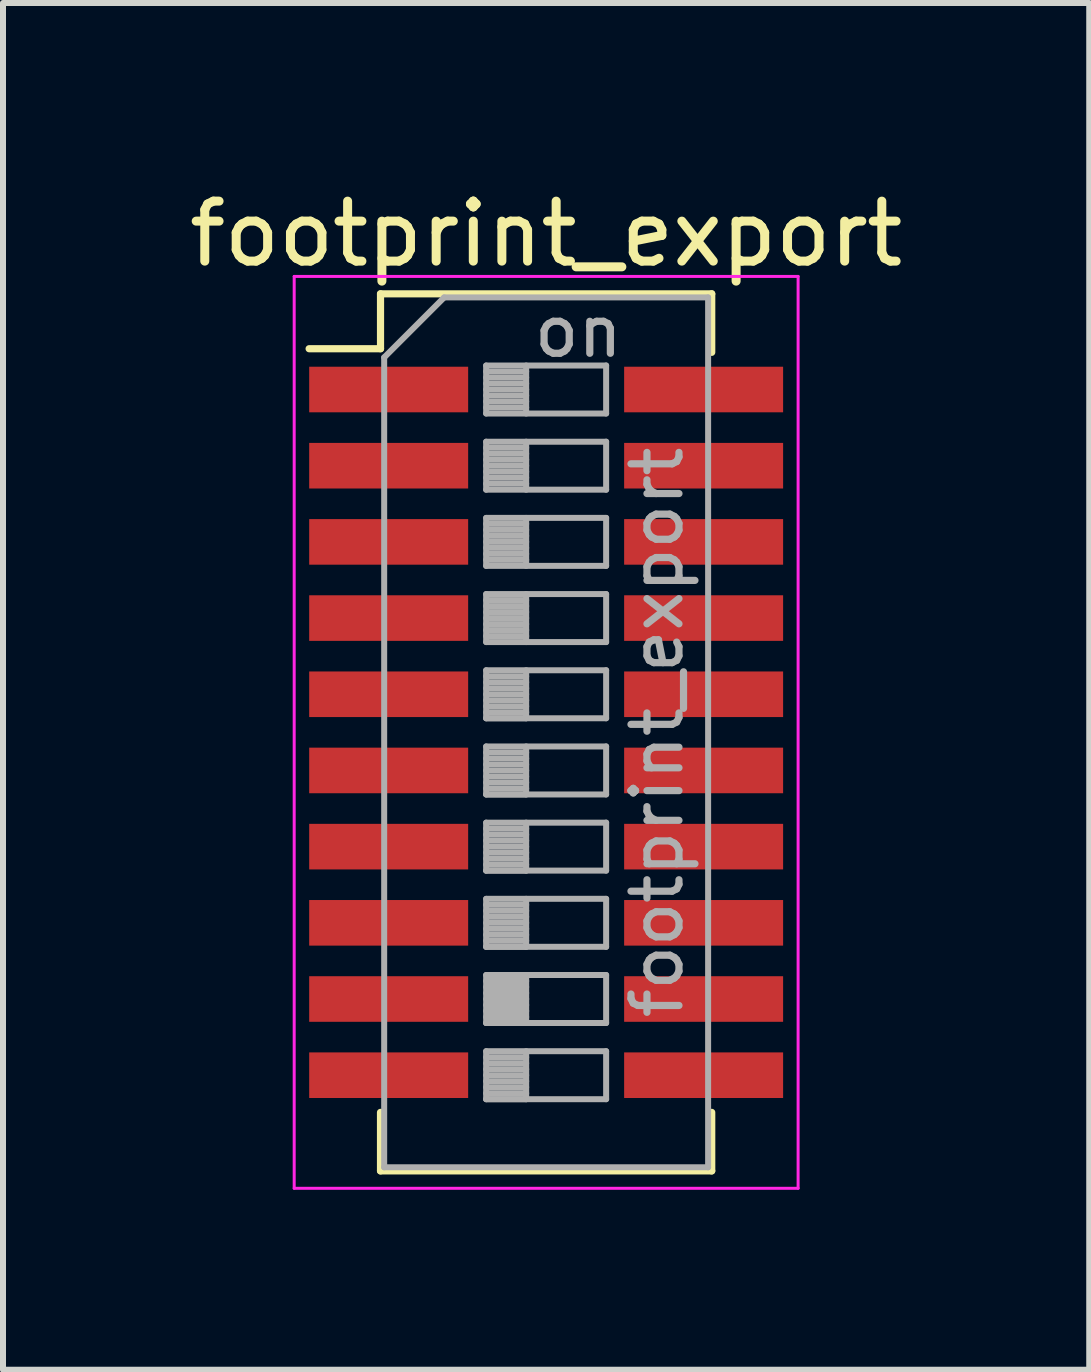
<source format=kicad_pcb>
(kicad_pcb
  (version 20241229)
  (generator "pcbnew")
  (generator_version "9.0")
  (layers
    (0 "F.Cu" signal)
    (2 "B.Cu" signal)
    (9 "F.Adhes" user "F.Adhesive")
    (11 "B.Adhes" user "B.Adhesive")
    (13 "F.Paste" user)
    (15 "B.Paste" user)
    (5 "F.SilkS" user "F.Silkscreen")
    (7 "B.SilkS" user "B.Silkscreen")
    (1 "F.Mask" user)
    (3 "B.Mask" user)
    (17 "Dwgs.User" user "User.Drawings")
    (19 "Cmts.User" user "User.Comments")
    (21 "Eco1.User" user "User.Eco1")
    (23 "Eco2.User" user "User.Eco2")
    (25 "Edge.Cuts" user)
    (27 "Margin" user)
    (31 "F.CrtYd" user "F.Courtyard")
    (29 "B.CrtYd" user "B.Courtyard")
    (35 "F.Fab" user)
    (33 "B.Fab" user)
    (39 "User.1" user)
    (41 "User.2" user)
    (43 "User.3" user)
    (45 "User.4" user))
  (footprint "footprint_export"
    (layer "F.Cu")
    (at 6.054 9.158)
    (property "Reference" "footprint_export" (at 0 -8.31 0) (layer "F.SilkS") (effects (font (size 1 1) (thickness 0.15))))
    (attr smd)
    (fp_line (start -3.951 -6.395) (end -2.761 -6.395) (stroke (width 0.12) (type solid)) (layer "F.SilkS"))
    (fp_line (start -2.761 -7.31) (end -2.761 -6.395) (stroke (width 0.12) (type solid)) (layer "F.SilkS"))
    (fp_line (start -2.761 -7.31) (end 2.76 -7.31) (stroke (width 0.12) (type solid)) (layer "F.SilkS"))
    (fp_line (start -2.761 6.335) (end -2.761 7.31) (stroke (width 0.12) (type solid)) (layer "F.SilkS"))
    (fp_line (start -2.761 7.31) (end 2.76 7.31) (stroke (width 0.12) (type solid)) (layer "F.SilkS"))
    (fp_line (start 2.76 -7.31) (end 2.76 -6.335) (stroke (width 0.12) (type solid)) (layer "F.SilkS"))
    (fp_line (start 2.76 6.335) (end 2.76 7.31) (stroke (width 0.12) (type solid)) (layer "F.SilkS"))
    (fp_line (start -4.2 -7.6) (end -4.2 7.6) (stroke (width 0.05) (type solid)) (layer "F.CrtYd"))
    (fp_line (start -4.2 7.6) (end 4.2 7.6) (stroke (width 0.05) (type solid)) (layer "F.CrtYd"))
    (fp_line (start 4.2 -7.6) (end -4.2 -7.6) (stroke (width 0.05) (type solid)) (layer "F.CrtYd"))
    (fp_line (start 4.2 7.6) (end 4.2 -7.6) (stroke (width 0.05) (type solid)) (layer "F.CrtYd"))
    (fp_line (start -2.7 -6.25) (end -1.7 -7.25) (stroke (width 0.1) (type solid)) (layer "F.Fab"))
    (fp_line (start -2.7 7.25) (end -2.7 -6.25) (stroke (width 0.1) (type solid)) (layer "F.Fab"))
    (fp_line (start -1.7 -7.25) (end 2.7 -7.25) (stroke (width 0.1) (type solid)) (layer "F.Fab"))
    (fp_line (start -1 -6.115) (end -1 -5.315) (stroke (width 0.1) (type solid)) (layer "F.Fab"))
    (fp_line (start -1 -6.015) (end -0.333 -6.015) (stroke (width 0.1) (type solid)) (layer "F.Fab"))
    (fp_line (start -1 -5.915) (end -0.333 -5.915) (stroke (width 0.1) (type solid)) (layer "F.Fab"))
    (fp_line (start -1 -5.815) (end -0.333 -5.815) (stroke (width 0.1) (type solid)) (layer "F.Fab"))
    (fp_line (start -1 -5.715) (end -0.333 -5.715) (stroke (width 0.1) (type solid)) (layer "F.Fab"))
    (fp_line (start -1 -5.615) (end -0.333 -5.615) (stroke (width 0.1) (type solid)) (layer "F.Fab"))
    (fp_line (start -1 -5.515) (end -0.333 -5.515) (stroke (width 0.1) (type solid)) (layer "F.Fab"))
    (fp_line (start -1 -5.415) (end -0.333 -5.415) (stroke (width 0.1) (type solid)) (layer "F.Fab"))
    (fp_line (start -1 -5.315) (end 1 -5.315) (stroke (width 0.1) (type solid)) (layer "F.Fab"))
    (fp_line (start -1 -4.845) (end -1 -4.045) (stroke (width 0.1) (type solid)) (layer "F.Fab"))
    (fp_line (start -1 -4.745) (end -0.333 -4.745) (stroke (width 0.1) (type solid)) (layer "F.Fab"))
    (fp_line (start -1 -4.645) (end -0.333 -4.645) (stroke (width 0.1) (type solid)) (layer "F.Fab"))
    (fp_line (start -1 -4.545) (end -0.333 -4.545) (stroke (width 0.1) (type solid)) (layer "F.Fab"))
    (fp_line (start -1 -4.445) (end -0.333 -4.445) (stroke (width 0.1) (type solid)) (layer "F.Fab"))
    (fp_line (start -1 -4.345) (end -0.333 -4.345) (stroke (width 0.1) (type solid)) (layer "F.Fab"))
    (fp_line (start -1 -4.245) (end -0.333 -4.245) (stroke (width 0.1) (type solid)) (layer "F.Fab"))
    (fp_line (start -1 -4.145) (end -0.333 -4.145) (stroke (width 0.1) (type solid)) (layer "F.Fab"))
    (fp_line (start -1 -4.045) (end 1 -4.045) (stroke (width 0.1) (type solid)) (layer "F.Fab"))
    (fp_line (start -1 -3.575) (end -1 -2.775) (stroke (width 0.1) (type solid)) (layer "F.Fab"))
    (fp_line (start -1 -3.475) (end -0.333 -3.475) (stroke (width 0.1) (type solid)) (layer "F.Fab"))
    (fp_line (start -1 -3.375) (end -0.333 -3.375) (stroke (width 0.1) (type solid)) (layer "F.Fab"))
    (fp_line (start -1 -3.275) (end -0.333 -3.275) (stroke (width 0.1) (type solid)) (layer "F.Fab"))
    (fp_line (start -1 -3.175) (end -0.333 -3.175) (stroke (width 0.1) (type solid)) (layer "F.Fab"))
    (fp_line (start -1 -3.075) (end -0.333 -3.075) (stroke (width 0.1) (type solid)) (layer "F.Fab"))
    (fp_line (start -1 -2.975) (end -0.333 -2.975) (stroke (width 0.1) (type solid)) (layer "F.Fab"))
    (fp_line (start -1 -2.875) (end -0.333 -2.875) (stroke (width 0.1) (type solid)) (layer "F.Fab"))
    (fp_line (start -1 -2.775) (end 1 -2.775) (stroke (width 0.1) (type solid)) (layer "F.Fab"))
    (fp_line (start -1 -2.305) (end -1 -1.505) (stroke (width 0.1) (type solid)) (layer "F.Fab"))
    (fp_line (start -1 -2.205) (end -0.333 -2.205) (stroke (width 0.1) (type solid)) (layer "F.Fab"))
    (fp_line (start -1 -2.105) (end -0.333 -2.105) (stroke (width 0.1) (type solid)) (layer "F.Fab"))
    (fp_line (start -1 -2.005) (end -0.333 -2.005) (stroke (width 0.1) (type solid)) (layer "F.Fab"))
    (fp_line (start -1 -1.905) (end -0.333 -1.905) (stroke (width 0.1) (type solid)) (layer "F.Fab"))
    (fp_line (start -1 -1.805) (end -0.333 -1.805) (stroke (width 0.1) (type solid)) (layer "F.Fab"))
    (fp_line (start -1 -1.705) (end -0.333 -1.705) (stroke (width 0.1) (type solid)) (layer "F.Fab"))
    (fp_line (start -1 -1.605) (end -0.333 -1.605) (stroke (width 0.1) (type solid)) (layer "F.Fab"))
    (fp_line (start -1 -1.505) (end 1 -1.505) (stroke (width 0.1) (type solid)) (layer "F.Fab"))
    (fp_line (start -1 -1.035) (end -1 -0.235) (stroke (width 0.1) (type solid)) (layer "F.Fab"))
    (fp_line (start -1 -0.935) (end -0.333 -0.935) (stroke (width 0.1) (type solid)) (layer "F.Fab"))
    (fp_line (start -1 -0.835) (end -0.333 -0.835) (stroke (width 0.1) (type solid)) (layer "F.Fab"))
    (fp_line (start -1 -0.735) (end -0.333 -0.735) (stroke (width 0.1) (type solid)) (layer "F.Fab"))
    (fp_line (start -1 -0.635) (end -0.333 -0.635) (stroke (width 0.1) (type solid)) (layer "F.Fab"))
    (fp_line (start -1 -0.535) (end -0.333 -0.535) (stroke (width 0.1) (type solid)) (layer "F.Fab"))
    (fp_line (start -1 -0.435) (end -0.333 -0.435) (stroke (width 0.1) (type solid)) (layer "F.Fab"))
    (fp_line (start -1 -0.335) (end -0.333 -0.335) (stroke (width 0.1) (type solid)) (layer "F.Fab"))
    (fp_line (start -1 -0.235) (end -0.333 -0.235) (stroke (width 0.1) (type solid)) (layer "F.Fab"))
    (fp_line (start -1 -0.235) (end 1 -0.235) (stroke (width 0.1) (type solid)) (layer "F.Fab"))
    (fp_line (start -1 0.235) (end -1 1.035) (stroke (width 0.1) (type solid)) (layer "F.Fab"))
    (fp_line (start -1 0.335) (end -0.333 0.335) (stroke (width 0.1) (type solid)) (layer "F.Fab"))
    (fp_line (start -1 0.435) (end -0.333 0.435) (stroke (width 0.1) (type solid)) (layer "F.Fab"))
    (fp_line (start -1 0.535) (end -0.333 0.535) (stroke (width 0.1) (type solid)) (layer "F.Fab"))
    (fp_line (start -1 0.635) (end -0.333 0.635) (stroke (width 0.1) (type solid)) (layer "F.Fab"))
    (fp_line (start -1 0.735) (end -0.333 0.735) (stroke (width 0.1) (type solid)) (layer "F.Fab"))
    (fp_line (start -1 0.835) (end -0.333 0.835) (stroke (width 0.1) (type solid)) (layer "F.Fab"))
    (fp_line (start -1 0.935) (end -0.333 0.935) (stroke (width 0.1) (type solid)) (layer "F.Fab"))
    (fp_line (start -1 1.035) (end -0.333 1.035) (stroke (width 0.1) (type solid)) (layer "F.Fab"))
    (fp_line (start -1 1.035) (end 1 1.035) (stroke (width 0.1) (type solid)) (layer "F.Fab"))
    (fp_line (start -1 1.505) (end -1 2.305) (stroke (width 0.1) (type solid)) (layer "F.Fab"))
    (fp_line (start -1 1.605) (end -0.333 1.605) (stroke (width 0.1) (type solid)) (layer "F.Fab"))
    (fp_line (start -1 1.705) (end -0.333 1.705) (stroke (width 0.1) (type solid)) (layer "F.Fab"))
    (fp_line (start -1 1.805) (end -0.333 1.805) (stroke (width 0.1) (type solid)) (layer "F.Fab"))
    (fp_line (start -1 1.905) (end -0.333 1.905) (stroke (width 0.1) (type solid)) (layer "F.Fab"))
    (fp_line (start -1 2.005) (end -0.333 2.005) (stroke (width 0.1) (type solid)) (layer "F.Fab"))
    (fp_line (start -1 2.105) (end -0.333 2.105) (stroke (width 0.1) (type solid)) (layer "F.Fab"))
    (fp_line (start -1 2.205) (end -0.333 2.205) (stroke (width 0.1) (type solid)) (layer "F.Fab"))
    (fp_line (start -1 2.305) (end -0.333 2.305) (stroke (width 0.1) (type solid)) (layer "F.Fab"))
    (fp_line (start -1 2.305) (end 1 2.305) (stroke (width 0.1) (type solid)) (layer "F.Fab"))
    (fp_line (start -1 2.775) (end -1 3.575) (stroke (width 0.1) (type solid)) (layer "F.Fab"))
    (fp_line (start -1 2.875) (end -0.333 2.875) (stroke (width 0.1) (type solid)) (layer "F.Fab"))
    (fp_line (start -1 2.975) (end -0.333 2.975) (stroke (width 0.1) (type solid)) (layer "F.Fab"))
    (fp_line (start -1 3.075) (end -0.333 3.075) (stroke (width 0.1) (type solid)) (layer "F.Fab"))
    (fp_line (start -1 3.175) (end -0.333 3.175) (stroke (width 0.1) (type solid)) (layer "F.Fab"))
    (fp_line (start -1 3.275) (end -0.333 3.275) (stroke (width 0.1) (type solid)) (layer "F.Fab"))
    (fp_line (start -1 3.375) (end -0.333 3.375) (stroke (width 0.1) (type solid)) (layer "F.Fab"))
    (fp_line (start -1 3.475) (end -0.333 3.475) (stroke (width 0.1) (type solid)) (layer "F.Fab"))
    (fp_line (start -1 3.575) (end -0.333 3.575) (stroke (width 0.1) (type solid)) (layer "F.Fab"))
    (fp_line (start -1 3.575) (end 1 3.575) (stroke (width 0.1) (type solid)) (layer "F.Fab"))
    (fp_line (start -1 4.045) (end -1 4.845) (stroke (width 0.1) (type solid)) (layer "F.Fab"))
    (fp_line (start -1 4.145) (end -0.333 4.145) (stroke (width 0.1) (type solid)) (layer "F.Fab"))
    (fp_line (start -1 4.245) (end -0.333 4.245) (stroke (width 0.1) (type solid)) (layer "F.Fab"))
    (fp_line (start -1 4.345) (end -0.333 4.345) (stroke (width 0.1) (type solid)) (layer "F.Fab"))
    (fp_line (start -1 4.445) (end -0.333 4.445) (stroke (width 0.1) (type solid)) (layer "F.Fab"))
    (fp_line (start -1 4.545) (end -0.333 4.545) (stroke (width 0.1) (type solid)) (layer "F.Fab"))
    (fp_line (start -1 4.645) (end -0.333 4.645) (stroke (width 0.1) (type solid)) (layer "F.Fab"))
    (fp_line (start -1 4.745) (end -0.333 4.745) (stroke (width 0.1) (type solid)) (layer "F.Fab"))
    (fp_line (start -1 4.845) (end -0.333 4.845) (stroke (width 0.1) (type solid)) (layer "F.Fab"))
    (fp_line (start -1 4.845) (end 1 4.845) (stroke (width 0.1) (type solid)) (layer "F.Fab"))
    (fp_line (start -1 5.315) (end -1 6.115) (stroke (width 0.1) (type solid)) (layer "F.Fab"))
    (fp_line (start -1 5.415) (end -0.333 5.415) (stroke (width 0.1) (type solid)) (layer "F.Fab"))
    (fp_line (start -1 5.515) (end -0.333 5.515) (stroke (width 0.1) (type solid)) (layer "F.Fab"))
    (fp_line (start -1 5.615) (end -0.333 5.615) (stroke (width 0.1) (type solid)) (layer "F.Fab"))
    (fp_line (start -1 5.715) (end -0.333 5.715) (stroke (width 0.1) (type solid)) (layer "F.Fab"))
    (fp_line (start -1 5.815) (end -0.333 5.815) (stroke (width 0.1) (type solid)) (layer "F.Fab"))
    (fp_line (start -1 5.915) (end -0.333 5.915) (stroke (width 0.1) (type solid)) (layer "F.Fab"))
    (fp_line (start -1 6.015) (end -0.333 6.015) (stroke (width 0.1) (type solid)) (layer "F.Fab"))
    (fp_line (start -1 6.115) (end -0.333 6.115) (stroke (width 0.1) (type solid)) (layer "F.Fab"))
    (fp_line (start -1 6.115) (end 1 6.115) (stroke (width 0.1) (type solid)) (layer "F.Fab"))
    (fp_line (start -0.333 -6.115) (end -0.333 -5.315) (stroke (width 0.1) (type solid)) (layer "F.Fab"))
    (fp_line (start -0.333 -4.845) (end -0.333 -4.045) (stroke (width 0.1) (type solid)) (layer "F.Fab"))
    (fp_line (start -0.333 -3.575) (end -0.333 -2.775) (stroke (width 0.1) (type solid)) (layer "F.Fab"))
    (fp_line (start -0.333 -2.305) (end -0.333 -1.505) (stroke (width 0.1) (type solid)) (layer "F.Fab"))
    (fp_line (start -0.333 -1.035) (end -0.333 -0.235) (stroke (width 0.1) (type solid)) (layer "F.Fab"))
    (fp_line (start -0.333 0.235) (end -0.333 1.035) (stroke (width 0.1) (type solid)) (layer "F.Fab"))
    (fp_line (start -0.333 1.505) (end -0.333 2.305) (stroke (width 0.1) (type solid)) (layer "F.Fab"))
    (fp_line (start -0.333 2.775) (end -0.333 3.575) (stroke (width 0.1) (type solid)) (layer "F.Fab"))
    (fp_line (start -0.333 4.045) (end -0.333 4.845) (stroke (width 0.1) (type solid)) (layer "F.Fab"))
    (fp_line (start -0.333 5.315) (end -0.333 6.115) (stroke (width 0.1) (type solid)) (layer "F.Fab"))
    (fp_line (start 1 -6.115) (end -1 -6.115) (stroke (width 0.1) (type solid)) (layer "F.Fab"))
    (fp_line (start 1 -5.315) (end 1 -6.115) (stroke (width 0.1) (type solid)) (layer "F.Fab"))
    (fp_line (start 1 -4.845) (end -1 -4.845) (stroke (width 0.1) (type solid)) (layer "F.Fab"))
    (fp_line (start 1 -4.045) (end 1 -4.845) (stroke (width 0.1) (type solid)) (layer "F.Fab"))
    (fp_line (start 1 -3.575) (end -1 -3.575) (stroke (width 0.1) (type solid)) (layer "F.Fab"))
    (fp_line (start 1 -2.775) (end 1 -3.575) (stroke (width 0.1) (type solid)) (layer "F.Fab"))
    (fp_line (start 1 -2.305) (end -1 -2.305) (stroke (width 0.1) (type solid)) (layer "F.Fab"))
    (fp_line (start 1 -1.505) (end 1 -2.305) (stroke (width 0.1) (type solid)) (layer "F.Fab"))
    (fp_line (start 1 -1.035) (end -1 -1.035) (stroke (width 0.1) (type solid)) (layer "F.Fab"))
    (fp_line (start 1 -0.235) (end 1 -1.035) (stroke (width 0.1) (type solid)) (layer "F.Fab"))
    (fp_line (start 1 0.235) (end -1 0.235) (stroke (width 0.1) (type solid)) (layer "F.Fab"))
    (fp_line (start 1 1.035) (end 1 0.235) (stroke (width 0.1) (type solid)) (layer "F.Fab"))
    (fp_line (start 1 1.505) (end -1 1.505) (stroke (width 0.1) (type solid)) (layer "F.Fab"))
    (fp_line (start 1 2.305) (end 1 1.505) (stroke (width 0.1) (type solid)) (layer "F.Fab"))
    (fp_line (start 1 2.775) (end -1 2.775) (stroke (width 0.1) (type solid)) (layer "F.Fab"))
    (fp_line (start 1 3.575) (end 1 2.775) (stroke (width 0.1) (type solid)) (layer "F.Fab"))
    (fp_line (start 1 4.045) (end -1 4.045) (stroke (width 0.1) (type solid)) (layer "F.Fab"))
    (fp_line (start 1 4.845) (end 1 4.045) (stroke (width 0.1) (type solid)) (layer "F.Fab"))
    (fp_line (start 1 5.315) (end -1 5.315) (stroke (width 0.1) (type solid)) (layer "F.Fab"))
    (fp_line (start 1 6.115) (end 1 5.315) (stroke (width 0.1) (type solid)) (layer "F.Fab"))
    (fp_line (start 2.7 -7.25) (end 2.7 7.25) (stroke (width 0.1) (type solid)) (layer "F.Fab"))
    (fp_line (start 2.7 7.25) (end -2.7 7.25) (stroke (width 0.1) (type solid)) (layer "F.Fab"))
    (fp_text user "${REFERENCE}" (at 1.85 0 90) (layer "F.Fab") (effects (font (size 0.8 0.8) (thickness 0.12))))
    (fp_text user "on" (at 0.537 -6.683 0) (layer "F.Fab") (effects (font (size 0.8 0.8) (thickness 0.12))))
    (pad "1" smd rect (at -2.625 -5.715) (size 2.65 0.76) (layers "F.Cu" "F.Mask" "F.Paste"))
    (pad "2" smd rect (at -2.625 -4.445) (size 2.65 0.76) (layers "F.Cu" "F.Mask" "F.Paste"))
    (pad "3" smd rect (at -2.625 -3.175) (size 2.65 0.76) (layers "F.Cu" "F.Mask" "F.Paste"))
    (pad "4" smd rect (at -2.625 -1.905) (size 2.65 0.76) (layers "F.Cu" "F.Mask" "F.Paste"))
    (pad "5" smd rect (at -2.625 -0.635) (size 2.65 0.76) (layers "F.Cu" "F.Mask" "F.Paste"))
    (pad "6" smd rect (at -2.625 0.635) (size 2.65 0.76) (layers "F.Cu" "F.Mask" "F.Paste"))
    (pad "7" smd rect (at -2.625 1.905) (size 2.65 0.76) (layers "F.Cu" "F.Mask" "F.Paste"))
    (pad "8" smd rect (at -2.625 3.175) (size 2.65 0.76) (layers "F.Cu" "F.Mask" "F.Paste"))
    (pad "9" smd rect (at -2.625 4.445) (size 2.65 0.76) (layers "F.Cu" "F.Mask" "F.Paste"))
    (pad "10" smd rect (at -2.625 5.715) (size 2.65 0.76) (layers "F.Cu" "F.Mask" "F.Paste"))
    (pad "11" smd rect (at 2.625 5.715) (size 2.65 0.76) (layers "F.Cu" "F.Mask" "F.Paste"))
    (pad "12" smd rect (at 2.625 4.445) (size 2.65 0.76) (layers "F.Cu" "F.Mask" "F.Paste"))
    (pad "13" smd rect (at 2.625 3.175) (size 2.65 0.76) (layers "F.Cu" "F.Mask" "F.Paste"))
    (pad "14" smd rect (at 2.625 1.905) (size 2.65 0.76) (layers "F.Cu" "F.Mask" "F.Paste"))
    (pad "15" smd rect (at 2.625 0.635) (size 2.65 0.76) (layers "F.Cu" "F.Mask" "F.Paste"))
    (pad "16" smd rect (at 2.625 -0.635) (size 2.65 0.76) (layers "F.Cu" "F.Mask" "F.Paste"))
    (pad "17" smd rect (at 2.625 -1.905) (size 2.65 0.76) (layers "F.Cu" "F.Mask" "F.Paste"))
    (pad "18" smd rect (at 2.625 -3.175) (size 2.65 0.76) (layers "F.Cu" "F.Mask" "F.Paste"))
    (pad "19" smd rect (at 2.625 -4.445) (size 2.65 0.76) (layers "F.Cu" "F.Mask" "F.Paste"))
    (pad "20" smd rect (at 2.625 -5.715) (size 2.65 0.76) (layers "F.Cu" "F.Mask" "F.Paste")))
  (gr_rect
    (start -3 -3)
    (end 15.107 19.783)
    (stroke (width 0.1) (type default))
    (fill no)
    (layer "Edge.Cuts")))
</source>
